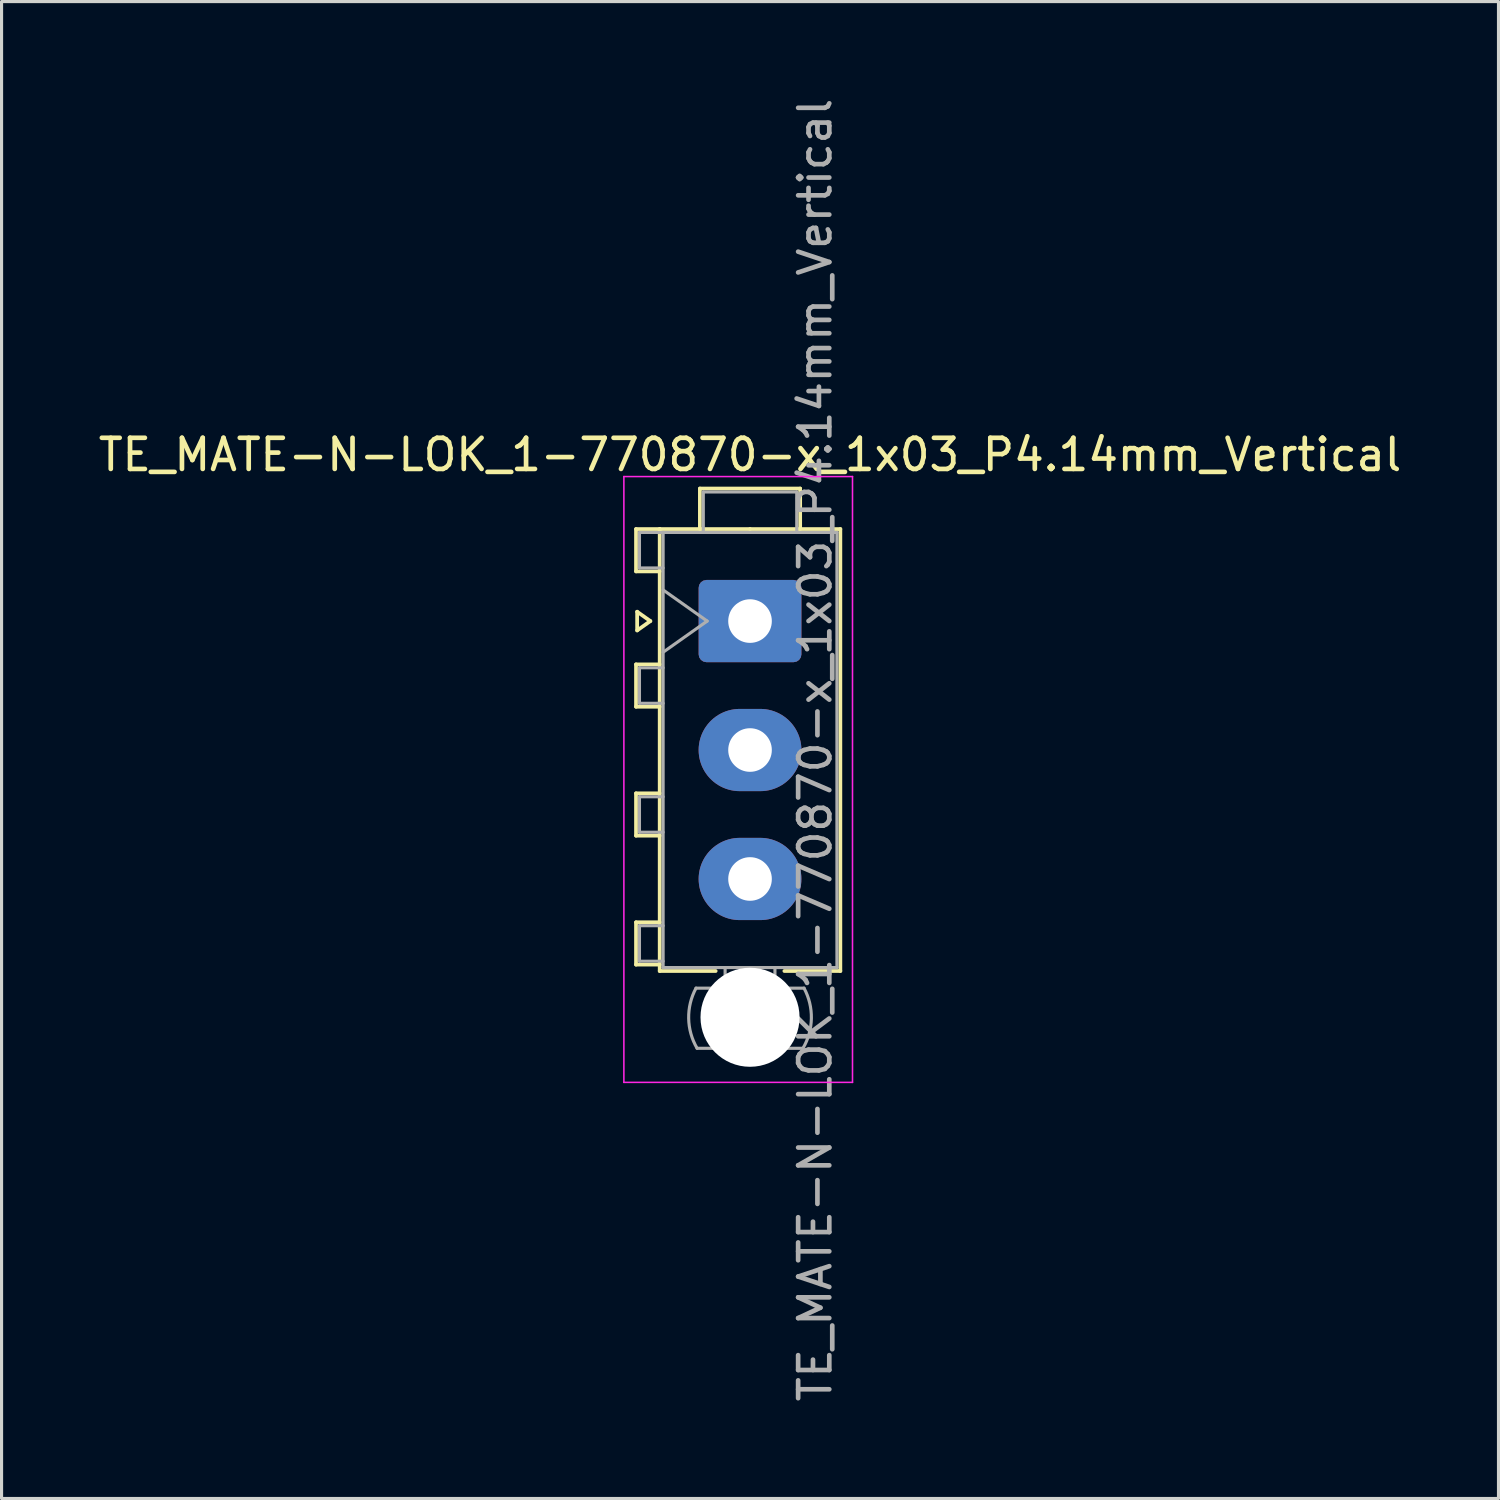
<source format=kicad_pcb>
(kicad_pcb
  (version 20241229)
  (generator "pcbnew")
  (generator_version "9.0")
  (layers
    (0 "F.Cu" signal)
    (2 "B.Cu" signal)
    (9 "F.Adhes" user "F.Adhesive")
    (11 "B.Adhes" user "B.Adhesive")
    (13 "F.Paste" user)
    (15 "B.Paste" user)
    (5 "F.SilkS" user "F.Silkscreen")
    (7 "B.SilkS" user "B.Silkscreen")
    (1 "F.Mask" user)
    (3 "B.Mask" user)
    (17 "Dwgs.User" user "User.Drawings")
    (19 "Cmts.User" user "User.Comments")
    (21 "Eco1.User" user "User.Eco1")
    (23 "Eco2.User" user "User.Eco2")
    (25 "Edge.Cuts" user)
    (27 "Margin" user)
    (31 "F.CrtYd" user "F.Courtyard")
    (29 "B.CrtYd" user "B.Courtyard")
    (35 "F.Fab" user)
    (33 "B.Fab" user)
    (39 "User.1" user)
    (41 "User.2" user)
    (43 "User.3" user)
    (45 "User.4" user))
  (footprint "TE_MATE-N-LOK_1-770870-x_1x03_P4.14mm_Vertical"
    (layer "F.Cu")
    (at 21.03 16.89)
    (property "Reference" "TE_MATE-N-LOK_1-770870-x_1x03_P4.14mm_Vertical" (at 0 -5.34 0) (layer "F.SilkS") (effects (font (size 1 1) (thickness 0.15))))
    (attr through_hole)
    (fp_line (start -3.66 -2.955) (end -3.66 -1.595) (stroke (width 0.12) (type solid)) (layer "F.SilkS"))
    (fp_line (start -3.66 -1.595) (end -2.9 -1.595) (stroke (width 0.12) (type solid)) (layer "F.SilkS"))
    (fp_line (start -3.66 1.39) (end -3.66 2.75) (stroke (width 0.12) (type solid)) (layer "F.SilkS"))
    (fp_line (start -3.66 2.75) (end -2.9 2.75) (stroke (width 0.12) (type solid)) (layer "F.SilkS"))
    (fp_line (start -3.66 5.53) (end -3.66 6.89) (stroke (width 0.12) (type solid)) (layer "F.SilkS"))
    (fp_line (start -3.66 6.89) (end -2.9 6.89) (stroke (width 0.12) (type solid)) (layer "F.SilkS"))
    (fp_line (start -3.66 9.67) (end -3.66 11.03) (stroke (width 0.12) (type solid)) (layer "F.SilkS"))
    (fp_line (start -3.66 11.03) (end -2.9 11.03) (stroke (width 0.12) (type solid)) (layer "F.SilkS"))
    (fp_line (start -3.624 -0.3) (end -3.2 0) (stroke (width 0.12) (type solid)) (layer "F.SilkS"))
    (fp_line (start -3.624 0.3) (end -3.624 -0.3) (stroke (width 0.12) (type solid)) (layer "F.SilkS"))
    (fp_line (start -3.2 0) (end -3.624 0.3) (stroke (width 0.12) (type solid)) (layer "F.SilkS"))
    (fp_line (start -2.9 -2.955) (end -3.66 -2.955) (stroke (width 0.12) (type solid)) (layer "F.SilkS"))
    (fp_line (start -2.9 -2.955) (end -2.9 11.235) (stroke (width 0.12) (type solid)) (layer "F.SilkS"))
    (fp_line (start -2.9 1.39) (end -3.66 1.39) (stroke (width 0.12) (type solid)) (layer "F.SilkS"))
    (fp_line (start -2.9 5.53) (end -3.66 5.53) (stroke (width 0.12) (type solid)) (layer "F.SilkS"))
    (fp_line (start -2.9 9.67) (end -3.66 9.67) (stroke (width 0.12) (type solid)) (layer "F.SilkS"))
    (fp_line (start -2.9 11.235) (end -1.103 11.235) (stroke (width 0.12) (type solid)) (layer "F.SilkS"))
    (fp_line (start -1.61 -4.255) (end 1.61 -4.255) (stroke (width 0.12) (type solid)) (layer "F.SilkS"))
    (fp_line (start -1.61 -2.955) (end -1.61 -4.255) (stroke (width 0.12) (type solid)) (layer "F.SilkS"))
    (fp_line (start 0 -2.955) (end -2.9 -2.955) (stroke (width 0.12) (type solid)) (layer "F.SilkS"))
    (fp_line (start 0 -2.955) (end 2.9 -2.955) (stroke (width 0.12) (type solid)) (layer "F.SilkS"))
    (fp_line (start 1.61 -4.255) (end 1.61 -2.955) (stroke (width 0.12) (type solid)) (layer "F.SilkS"))
    (fp_line (start 2.9 -2.955) (end 2.9 11.235) (stroke (width 0.12) (type solid)) (layer "F.SilkS"))
    (fp_line (start 2.9 11.235) (end 1.103 11.235) (stroke (width 0.12) (type solid)) (layer "F.SilkS"))
    (fp_line (start -4.05 -4.64) (end -4.05 14.81) (stroke (width 0.05) (type solid)) (layer "F.CrtYd"))
    (fp_line (start -4.05 14.81) (end 3.29 14.81) (stroke (width 0.05) (type solid)) (layer "F.CrtYd"))
    (fp_line (start 3.29 -4.64) (end -4.05 -4.64) (stroke (width 0.05) (type solid)) (layer "F.CrtYd"))
    (fp_line (start 3.29 14.81) (end 3.29 -4.64) (stroke (width 0.05) (type solid)) (layer "F.CrtYd"))
    (fp_line (start -3.55 -2.845) (end -3.55 -1.705) (stroke (width 0.1) (type solid)) (layer "F.Fab"))
    (fp_line (start -3.55 -1.705) (end -2.79 -1.705) (stroke (width 0.1) (type solid)) (layer "F.Fab"))
    (fp_line (start -3.55 1.5) (end -3.55 2.64) (stroke (width 0.1) (type solid)) (layer "F.Fab"))
    (fp_line (start -3.55 2.64) (end -2.79 2.64) (stroke (width 0.1) (type solid)) (layer "F.Fab"))
    (fp_line (start -3.55 5.64) (end -3.55 6.78) (stroke (width 0.1) (type solid)) (layer "F.Fab"))
    (fp_line (start -3.55 6.78) (end -2.79 6.78) (stroke (width 0.1) (type solid)) (layer "F.Fab"))
    (fp_line (start -3.55 9.78) (end -3.55 10.92) (stroke (width 0.1) (type solid)) (layer "F.Fab"))
    (fp_line (start -3.55 10.92) (end -2.79 10.92) (stroke (width 0.1) (type solid)) (layer "F.Fab"))
    (fp_line (start -2.79 -2.845) (end -3.55 -2.845) (stroke (width 0.1) (type solid)) (layer "F.Fab"))
    (fp_line (start -2.79 -2.845) (end -2.79 11.125) (stroke (width 0.1) (type solid)) (layer "F.Fab"))
    (fp_line (start -2.79 -1) (end -1.376 0) (stroke (width 0.1) (type solid)) (layer "F.Fab"))
    (fp_line (start -2.79 1.5) (end -3.55 1.5) (stroke (width 0.1) (type solid)) (layer "F.Fab"))
    (fp_line (start -2.79 5.64) (end -3.55 5.64) (stroke (width 0.1) (type solid)) (layer "F.Fab"))
    (fp_line (start -2.79 9.78) (end -3.55 9.78) (stroke (width 0.1) (type solid)) (layer "F.Fab"))
    (fp_line (start -2.79 11.125) (end 2.79 11.125) (stroke (width 0.1) (type solid)) (layer "F.Fab"))
    (fp_line (start -1.5 -4.145) (end 1.5 -4.145) (stroke (width 0.1) (type solid)) (layer "F.Fab"))
    (fp_line (start -1.5 -2.845) (end -1.5 -4.145) (stroke (width 0.1) (type solid)) (layer "F.Fab"))
    (fp_line (start -1.376 0) (end -2.79 1) (stroke (width 0.1) (type solid)) (layer "F.Fab"))
    (fp_line (start -0.8 11.125) (end -0.8 11.785) (stroke (width 0.1) (type solid)) (layer "F.Fab"))
    (fp_line (start 0.8 11.125) (end 0.8 11.785) (stroke (width 0.1) (type solid)) (layer "F.Fab"))
    (fp_line (start 1.5 -4.145) (end 1.5 -2.845) (stroke (width 0.1) (type solid)) (layer "F.Fab"))
    (fp_line (start 1.7 13.716) (end -1.7 13.716) (stroke (width 0.1) (type solid)) (layer "F.Fab"))
    (fp_line (start 1.734 11.785) (end -1.734 11.785) (stroke (width 0.1) (type solid)) (layer "F.Fab"))
    (fp_line (start 2.79 -2.845) (end -2.79 -2.845) (stroke (width 0.1) (type solid)) (layer "F.Fab"))
    (fp_line (start 2.79 11.125) (end 2.79 -2.845) (stroke (width 0.1) (type solid)) (layer "F.Fab"))
    (fp_arc (start -1.699672 13.716) (mid -1.969689 12.754992) (end -1.733977 11.785) (stroke (width 0.1) (type solid)) (layer "F.Fab"))
    (fp_arc (start 1.733977 11.785) (mid 1.96969 12.754992) (end 1.699672 13.716) (stroke (width 0.1) (type solid)) (layer "F.Fab"))
    (fp_text user "${REFERENCE}" (at 2.09 4.14 90) (layer "F.Fab") (effects (font (size 1 1) (thickness 0.15))))
    (pad "" np_thru_hole circle (at 0 12.72) (size 3.18 3.18) (drill 3.18) (layers "*.Cu" "*.Mask"))
    (pad "1" thru_hole roundrect (at 0 0) (size 3.3 2.64) (drill 1.4) (layers "*.Cu" "*.Mask") (roundrect_rratio 0.095))
    (pad "2" thru_hole oval (at 0 4.14) (size 3.3 2.64) (drill 1.4) (layers "*.Cu" "*.Mask"))
    (pad "3" thru_hole oval (at 0 8.28) (size 3.3 2.64) (drill 1.4) (layers "*.Cu" "*.Mask")))
  (gr_rect
    (start -3 -3)
    (end 45.06 45.06)
    (stroke (width 0.1) (type default))
    (fill no)
    (layer "Edge.Cuts")))
</source>
